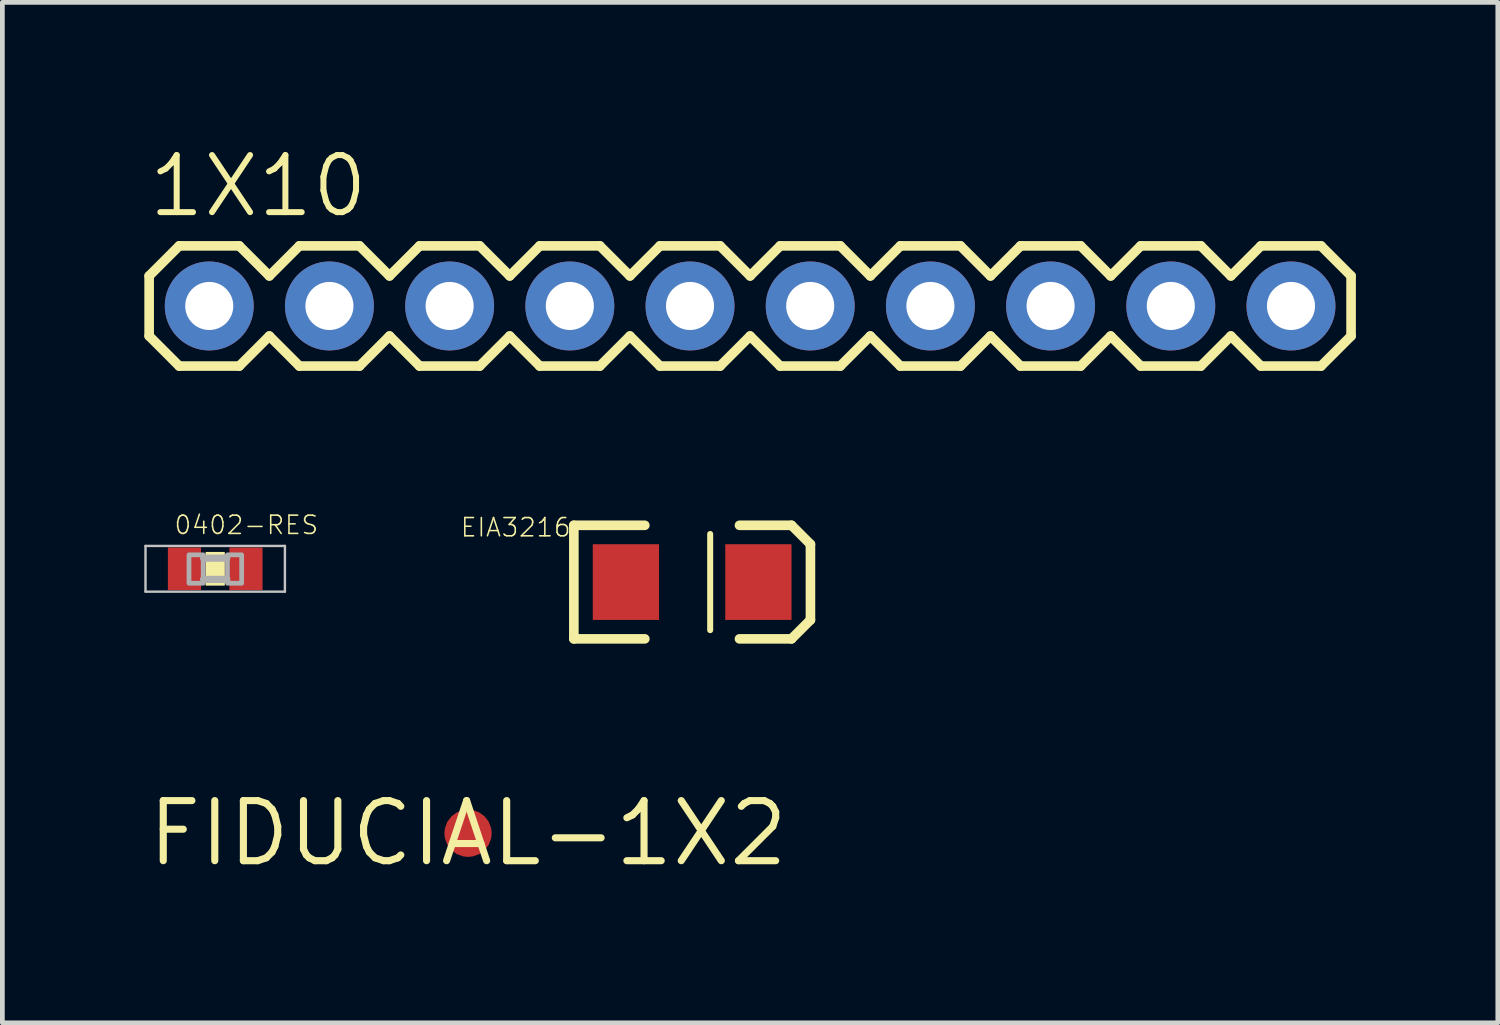
<source format=kicad_pcb>
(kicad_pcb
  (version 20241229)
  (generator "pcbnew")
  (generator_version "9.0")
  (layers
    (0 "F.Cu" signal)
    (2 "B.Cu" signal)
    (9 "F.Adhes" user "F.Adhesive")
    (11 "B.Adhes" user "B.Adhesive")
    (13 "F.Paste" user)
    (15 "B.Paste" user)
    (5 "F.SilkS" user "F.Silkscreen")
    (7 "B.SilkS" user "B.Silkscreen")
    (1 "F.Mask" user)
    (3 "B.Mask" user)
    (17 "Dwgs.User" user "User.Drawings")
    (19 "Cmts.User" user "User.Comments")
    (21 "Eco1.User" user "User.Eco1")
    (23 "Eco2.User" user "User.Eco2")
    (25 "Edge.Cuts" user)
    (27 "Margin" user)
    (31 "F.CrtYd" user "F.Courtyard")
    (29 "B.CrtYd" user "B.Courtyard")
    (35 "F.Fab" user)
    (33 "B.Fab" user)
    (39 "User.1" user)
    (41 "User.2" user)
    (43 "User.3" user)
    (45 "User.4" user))
  (footprint "FIDUCIAL-1X2"
    (layer "F.Cu")
    (at 6.841 14.559)
    (property "Reference" "FIDUCIAL-1X2" (at 0 0 0) (layer "F.SilkS") (effects (font (size 1.27 1.27) (thickness 0.15))))
    (attr through_hole)
    (pad "1" smd roundrect (at 0 0) (size 1 1) (layers "F.Cu" "F.Mask") (roundrect_rratio 0.5)))
  (footprint "0402-RES"
    (layer "F.Cu")
    (at 1.498 8.97)
    (property "Reference" "0402-RES" (at -0.889 -0.699 0) (layer "F.SilkS") (effects (font (size 0.386 0.386) (thickness 0.033)) (justify left bottom)))
    (attr through_hole)
    (fp_poly (pts (xy -0.203 0.356) (xy 0.203 0.356) (xy 0.203 -0.356) (xy -0.203 -0.356)) (stroke (width 0) (type solid)) (fill yes) (layer "F.SilkS"))
    (fp_poly (pts (xy -0.2 0.3) (xy 0.2 0.3) (xy 0.2 -0.3) (xy -0.2 -0.3)) (stroke (width 0) (type solid)) (fill yes) (layer "F.Adhes"))
    (fp_line (start -1.473 -0.483) (end 1.473 -0.483) (stroke (width 0.051) (type solid)) (layer "Dwgs.User"))
    (fp_line (start -1.473 0.483) (end -1.473 -0.483) (stroke (width 0.051) (type solid)) (layer "Dwgs.User"))
    (fp_line (start 1.473 -0.483) (end 1.473 0.483) (stroke (width 0.051) (type solid)) (layer "Dwgs.User"))
    (fp_line (start 1.473 0.483) (end -1.473 0.483) (stroke (width 0.051) (type solid)) (layer "Dwgs.User"))
    (fp_line (start -0.245 -0.224) (end 0.245 -0.224) (stroke (width 0.152) (type solid)) (layer "F.Fab"))
    (fp_line (start 0.245 0.224) (end -0.245 0.224) (stroke (width 0.152) (type solid)) (layer "F.Fab"))
    (fp_poly (pts (xy -0.554 0.305) (xy -0.254 0.305) (xy -0.254 -0.295) (xy -0.554 -0.295)) (stroke (width 0.1) (type solid)) (fill no) (layer "F.Fab"))
    (fp_poly (pts (xy 0.259 0.305) (xy 0.559 0.305) (xy 0.559 -0.295) (xy 0.259 -0.295)) (stroke (width 0.1) (type solid)) (fill no) (layer "F.Fab"))
    (pad "1" smd rect (at -0.65 0) (size 0.7 0.9) (layers "F.Cu" "F.Mask" "F.Paste"))
    (pad "2" smd rect (at 0.65 0) (size 0.7 0.9) (layers "F.Cu" "F.Mask" "F.Paste")))
  (footprint "1X10"
    (layer "F.Cu")
    (at 1.372 3.416)
    (property "Reference" "1X10" (at -1.346 -1.829 0) (layer "F.SilkS") (effects (font (size 1.206 1.206) (thickness 0.127)) (justify left bottom)))
    (attr through_hole)
    (fp_line (start -1.27 -0.635) (end -1.27 0.635) (stroke (width 0.203) (type solid)) (layer "F.SilkS"))
    (fp_line (start -1.27 0.635) (end -0.635 1.27) (stroke (width 0.203) (type solid)) (layer "F.SilkS"))
    (fp_line (start -0.635 -1.27) (end -1.27 -0.635) (stroke (width 0.203) (type solid)) (layer "F.SilkS"))
    (fp_line (start -0.635 -1.27) (end 0.635 -1.27) (stroke (width 0.203) (type solid)) (layer "F.SilkS"))
    (fp_line (start 0.635 -1.27) (end 1.27 -0.635) (stroke (width 0.203) (type solid)) (layer "F.SilkS"))
    (fp_line (start 0.635 1.27) (end -0.635 1.27) (stroke (width 0.203) (type solid)) (layer "F.SilkS"))
    (fp_line (start 1.27 -0.635) (end 1.905 -1.27) (stroke (width 0.203) (type solid)) (layer "F.SilkS"))
    (fp_line (start 1.27 0.635) (end 0.635 1.27) (stroke (width 0.203) (type solid)) (layer "F.SilkS"))
    (fp_line (start 1.905 -1.27) (end 3.175 -1.27) (stroke (width 0.203) (type solid)) (layer "F.SilkS"))
    (fp_line (start 1.905 1.27) (end 1.27 0.635) (stroke (width 0.203) (type solid)) (layer "F.SilkS"))
    (fp_line (start 3.175 -1.27) (end 3.81 -0.635) (stroke (width 0.203) (type solid)) (layer "F.SilkS"))
    (fp_line (start 3.175 1.27) (end 1.905 1.27) (stroke (width 0.203) (type solid)) (layer "F.SilkS"))
    (fp_line (start 3.81 -0.635) (end 4.445 -1.27) (stroke (width 0.203) (type solid)) (layer "F.SilkS"))
    (fp_line (start 3.81 0.635) (end 3.175 1.27) (stroke (width 0.203) (type solid)) (layer "F.SilkS"))
    (fp_line (start 4.445 -1.27) (end 5.715 -1.27) (stroke (width 0.203) (type solid)) (layer "F.SilkS"))
    (fp_line (start 4.445 1.27) (end 3.81 0.635) (stroke (width 0.203) (type solid)) (layer "F.SilkS"))
    (fp_line (start 5.715 -1.27) (end 6.35 -0.635) (stroke (width 0.203) (type solid)) (layer "F.SilkS"))
    (fp_line (start 5.715 1.27) (end 4.445 1.27) (stroke (width 0.203) (type solid)) (layer "F.SilkS"))
    (fp_line (start 6.35 0.635) (end 5.715 1.27) (stroke (width 0.203) (type solid)) (layer "F.SilkS"))
    (fp_line (start 6.35 0.635) (end 6.985 1.27) (stroke (width 0.203) (type solid)) (layer "F.SilkS"))
    (fp_line (start 6.985 -1.27) (end 6.35 -0.635) (stroke (width 0.203) (type solid)) (layer "F.SilkS"))
    (fp_line (start 6.985 -1.27) (end 8.255 -1.27) (stroke (width 0.203) (type solid)) (layer "F.SilkS"))
    (fp_line (start 8.255 -1.27) (end 8.89 -0.635) (stroke (width 0.203) (type solid)) (layer "F.SilkS"))
    (fp_line (start 8.255 1.27) (end 6.985 1.27) (stroke (width 0.203) (type solid)) (layer "F.SilkS"))
    (fp_line (start 8.89 -0.635) (end 9.525 -1.27) (stroke (width 0.203) (type solid)) (layer "F.SilkS"))
    (fp_line (start 8.89 0.635) (end 8.255 1.27) (stroke (width 0.203) (type solid)) (layer "F.SilkS"))
    (fp_line (start 9.525 -1.27) (end 10.795 -1.27) (stroke (width 0.203) (type solid)) (layer "F.SilkS"))
    (fp_line (start 9.525 1.27) (end 8.89 0.635) (stroke (width 0.203) (type solid)) (layer "F.SilkS"))
    (fp_line (start 10.795 -1.27) (end 11.43 -0.635) (stroke (width 0.203) (type solid)) (layer "F.SilkS"))
    (fp_line (start 10.795 1.27) (end 9.525 1.27) (stroke (width 0.203) (type solid)) (layer "F.SilkS"))
    (fp_line (start 11.43 -0.635) (end 12.065 -1.27) (stroke (width 0.203) (type solid)) (layer "F.SilkS"))
    (fp_line (start 11.43 0.635) (end 10.795 1.27) (stroke (width 0.203) (type solid)) (layer "F.SilkS"))
    (fp_line (start 12.065 -1.27) (end 13.335 -1.27) (stroke (width 0.203) (type solid)) (layer "F.SilkS"))
    (fp_line (start 12.065 1.27) (end 11.43 0.635) (stroke (width 0.203) (type solid)) (layer "F.SilkS"))
    (fp_line (start 13.335 -1.27) (end 13.97 -0.635) (stroke (width 0.203) (type solid)) (layer "F.SilkS"))
    (fp_line (start 13.335 1.27) (end 12.065 1.27) (stroke (width 0.203) (type solid)) (layer "F.SilkS"))
    (fp_line (start 13.97 0.635) (end 13.335 1.27) (stroke (width 0.203) (type solid)) (layer "F.SilkS"))
    (fp_line (start 13.97 0.635) (end 14.605 1.27) (stroke (width 0.203) (type solid)) (layer "F.SilkS"))
    (fp_line (start 14.605 -1.27) (end 13.97 -0.635) (stroke (width 0.203) (type solid)) (layer "F.SilkS"))
    (fp_line (start 14.605 -1.27) (end 15.875 -1.27) (stroke (width 0.203) (type solid)) (layer "F.SilkS"))
    (fp_line (start 15.875 -1.27) (end 16.51 -0.635) (stroke (width 0.203) (type solid)) (layer "F.SilkS"))
    (fp_line (start 15.875 1.27) (end 14.605 1.27) (stroke (width 0.203) (type solid)) (layer "F.SilkS"))
    (fp_line (start 16.51 0.635) (end 15.875 1.27) (stroke (width 0.203) (type solid)) (layer "F.SilkS"))
    (fp_line (start 16.51 0.635) (end 17.145 1.27) (stroke (width 0.203) (type solid)) (layer "F.SilkS"))
    (fp_line (start 17.145 -1.27) (end 16.51 -0.635) (stroke (width 0.203) (type solid)) (layer "F.SilkS"))
    (fp_line (start 17.145 -1.27) (end 18.415 -1.27) (stroke (width 0.203) (type solid)) (layer "F.SilkS"))
    (fp_line (start 18.415 -1.27) (end 19.05 -0.635) (stroke (width 0.203) (type solid)) (layer "F.SilkS"))
    (fp_line (start 18.415 1.27) (end 17.145 1.27) (stroke (width 0.203) (type solid)) (layer "F.SilkS"))
    (fp_line (start 19.05 0.635) (end 18.415 1.27) (stroke (width 0.203) (type solid)) (layer "F.SilkS"))
    (fp_line (start 19.05 0.635) (end 19.685 1.27) (stroke (width 0.203) (type solid)) (layer "F.SilkS"))
    (fp_line (start 19.685 -1.27) (end 19.05 -0.635) (stroke (width 0.203) (type solid)) (layer "F.SilkS"))
    (fp_line (start 19.685 -1.27) (end 20.955 -1.27) (stroke (width 0.203) (type solid)) (layer "F.SilkS"))
    (fp_line (start 20.955 -1.27) (end 21.59 -0.635) (stroke (width 0.203) (type solid)) (layer "F.SilkS"))
    (fp_line (start 20.955 1.27) (end 19.685 1.27) (stroke (width 0.203) (type solid)) (layer "F.SilkS"))
    (fp_line (start 21.59 0.635) (end 20.955 1.27) (stroke (width 0.203) (type solid)) (layer "F.SilkS"))
    (fp_line (start 21.59 0.635) (end 22.225 1.27) (stroke (width 0.203) (type solid)) (layer "F.SilkS"))
    (fp_line (start 22.225 -1.27) (end 21.59 -0.635) (stroke (width 0.203) (type solid)) (layer "F.SilkS"))
    (fp_line (start 22.225 -1.27) (end 23.495 -1.27) (stroke (width 0.203) (type solid)) (layer "F.SilkS"))
    (fp_line (start 23.495 -1.27) (end 24.13 -0.635) (stroke (width 0.203) (type solid)) (layer "F.SilkS"))
    (fp_line (start 23.495 1.27) (end 22.225 1.27) (stroke (width 0.203) (type solid)) (layer "F.SilkS"))
    (fp_line (start 24.13 -0.635) (end 24.13 0.635) (stroke (width 0.203) (type solid)) (layer "F.SilkS"))
    (fp_line (start 24.13 0.635) (end 23.495 1.27) (stroke (width 0.203) (type solid)) (layer "F.SilkS"))
    (fp_poly (pts (xy -0.254 0.254) (xy 0.254 0.254) (xy 0.254 -0.254) (xy -0.254 -0.254)) (stroke (width 0.1) (type solid)) (fill no) (layer "F.Fab"))
    (fp_poly (pts (xy 2.286 0.254) (xy 2.794 0.254) (xy 2.794 -0.254) (xy 2.286 -0.254)) (stroke (width 0.1) (type solid)) (fill no) (layer "F.Fab"))
    (fp_poly (pts (xy 4.826 0.254) (xy 5.334 0.254) (xy 5.334 -0.254) (xy 4.826 -0.254)) (stroke (width 0.1) (type solid)) (fill no) (layer "F.Fab"))
    (fp_poly (pts (xy 7.366 0.254) (xy 7.874 0.254) (xy 7.874 -0.254) (xy 7.366 -0.254)) (stroke (width 0.1) (type solid)) (fill no) (layer "F.Fab"))
    (fp_poly (pts (xy 9.906 0.254) (xy 10.414 0.254) (xy 10.414 -0.254) (xy 9.906 -0.254)) (stroke (width 0.1) (type solid)) (fill no) (layer "F.Fab"))
    (fp_poly (pts (xy 12.446 0.254) (xy 12.954 0.254) (xy 12.954 -0.254) (xy 12.446 -0.254)) (stroke (width 0.1) (type solid)) (fill no) (layer "F.Fab"))
    (fp_poly (pts (xy 14.986 0.254) (xy 15.494 0.254) (xy 15.494 -0.254) (xy 14.986 -0.254)) (stroke (width 0.1) (type solid)) (fill no) (layer "F.Fab"))
    (fp_poly (pts (xy 17.526 0.254) (xy 18.034 0.254) (xy 18.034 -0.254) (xy 17.526 -0.254)) (stroke (width 0.1) (type solid)) (fill no) (layer "F.Fab"))
    (fp_poly (pts (xy 20.066 0.254) (xy 20.574 0.254) (xy 20.574 -0.254) (xy 20.066 -0.254)) (stroke (width 0.1) (type solid)) (fill no) (layer "F.Fab"))
    (fp_poly (pts (xy 22.606 0.254) (xy 23.114 0.254) (xy 23.114 -0.254) (xy 22.606 -0.254)) (stroke (width 0.1) (type solid)) (fill no) (layer "F.Fab"))
    (pad "1" thru_hole circle (at 0 0 90) (size 1.88 1.88) (drill 1.016) (layers "*.Cu" "*.Mask"))
    (pad "2" thru_hole circle (at 2.54 0 90) (size 1.88 1.88) (drill 1.016) (layers "*.Cu" "*.Mask"))
    (pad "3" thru_hole circle (at 5.08 0 90) (size 1.88 1.88) (drill 1.016) (layers "*.Cu" "*.Mask"))
    (pad "4" thru_hole circle (at 7.62 0 90) (size 1.88 1.88) (drill 1.016) (layers "*.Cu" "*.Mask"))
    (pad "5" thru_hole circle (at 10.16 0 90) (size 1.88 1.88) (drill 1.016) (layers "*.Cu" "*.Mask"))
    (pad "6" thru_hole circle (at 12.7 0 90) (size 1.88 1.88) (drill 1.016) (layers "*.Cu" "*.Mask"))
    (pad "7" thru_hole circle (at 15.24 0 90) (size 1.88 1.88) (drill 1.016) (layers "*.Cu" "*.Mask"))
    (pad "8" thru_hole circle (at 17.78 0 90) (size 1.88 1.88) (drill 1.016) (layers "*.Cu" "*.Mask"))
    (pad "9" thru_hole circle (at 20.32 0 90) (size 1.88 1.88) (drill 1.016) (layers "*.Cu" "*.Mask"))
    (pad "10" thru_hole circle (at 22.86 0 90) (size 1.88 1.88) (drill 1.016) (layers "*.Cu" "*.Mask")))
  (footprint "EIA3216"
    (layer "F.Cu")
    (at 11.577 9.251)
    (property "Reference" "EIA3216" (at -2.54 -1.381 0) (layer "F.SilkS") (effects (font (size 0.386 0.386) (thickness 0.033)) (justify right top)))
    (attr through_hole)
    (fp_line (start -2.5 -1.2) (end -1 -1.2) (stroke (width 0.203) (type solid)) (layer "F.SilkS"))
    (fp_line (start -2.5 1.2) (end -2.5 -1.2) (stroke (width 0.203) (type solid)) (layer "F.SilkS"))
    (fp_line (start -1 1.2) (end -2.5 1.2) (stroke (width 0.203) (type solid)) (layer "F.SilkS"))
    (fp_line (start 0.381 -1.016) (end 0.381 1.016) (stroke (width 0.127) (type solid)) (layer "F.SilkS"))
    (fp_line (start 1 1.2) (end 2.1 1.2) (stroke (width 0.203) (type solid)) (layer "F.SilkS"))
    (fp_line (start 2.1 -1.2) (end 1 -1.2) (stroke (width 0.203) (type solid)) (layer "F.SilkS"))
    (fp_line (start 2.1 1.2) (end 2.5 0.8) (stroke (width 0.203) (type solid)) (layer "F.SilkS"))
    (fp_line (start 2.5 -0.8) (end 2.1 -1.2) (stroke (width 0.203) (type solid)) (layer "F.SilkS"))
    (fp_line (start 2.5 0.8) (end 2.5 -0.8) (stroke (width 0.203) (type solid)) (layer "F.SilkS"))
    (pad "A" smd rect (at 1.4 0 90) (size 1.6 1.4) (layers "F.Cu" "F.Mask" "F.Paste"))
    (pad "C" smd rect (at -1.4 0 90) (size 1.6 1.4) (layers "F.Cu" "F.Mask" "F.Paste")))
  (gr_rect
    (start -3 -3)
    (end 28.603 18.565)
    (stroke (width 0.1) (type default))
    (fill no)
    (layer "Edge.Cuts")))
</source>
